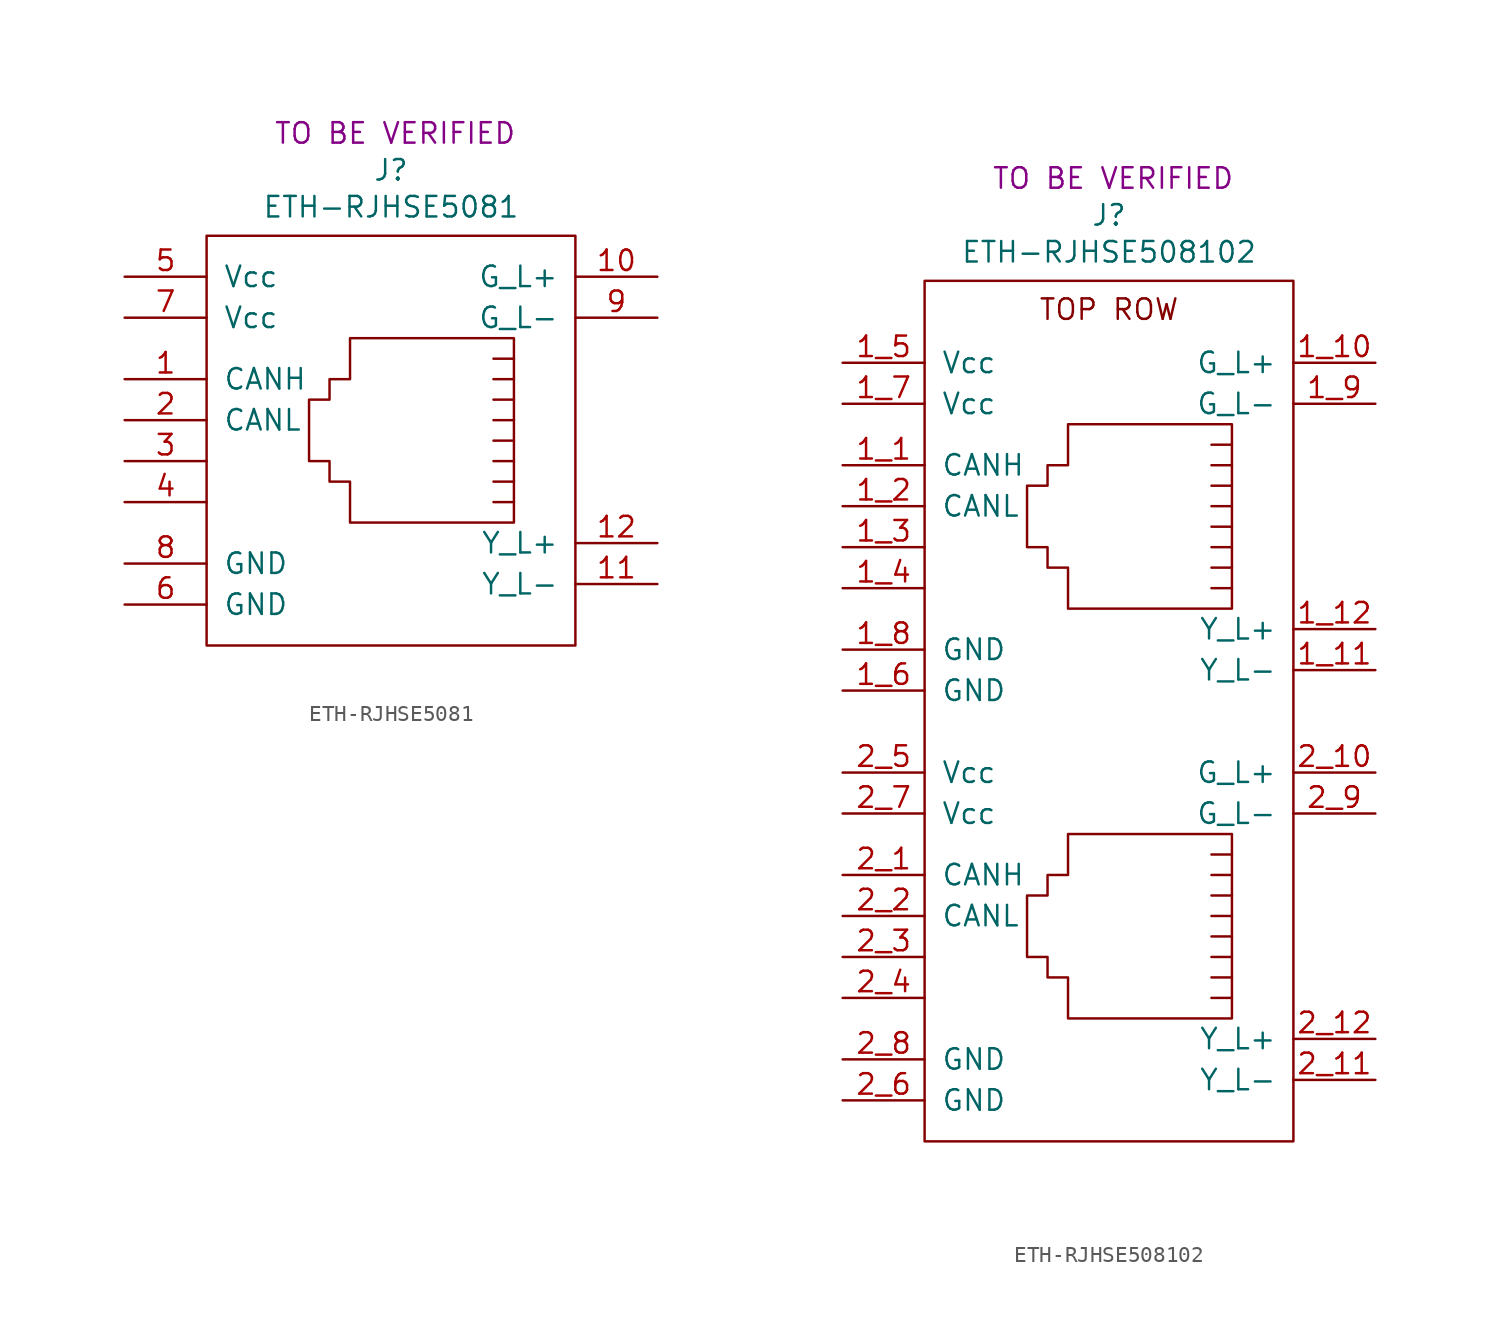
<source format=kicad_sym>
(kicad_symbol_lib
  (version 20231120)
  (generator "kicad_symbol_editor")
  (generator_version "8.0")
  (symbol "ETH-RJHSE5081"
    (pin_names
      (offset 1.016))
    (property "Reference" "J"
      (at 0 9.144 0)
      (effects (font (size 1.27 1.27))))
    (property "Value" "ETH-RJHSE5081"
      (at 0 6.858 0)
      (effects (font (size 1.27 1.27))))
    (property "STATUS" "TO BE VERIFIED"
      (at 0.254 11.43 0)
      (effects (font (size 1.27 1.27))))
    (symbol "ETH-RJHSE5081_0_1"
      (polyline (pts (xy 6.35 -3.81) (xy 7.62 -3.81)) (stroke (width 0) (type default)) (fill (type none)))
      (polyline (pts (xy 6.35 -2.54) (xy 7.62 -2.54)) (stroke (width 0) (type default)) (fill (type none)))
      (polyline (pts (xy 6.35 -5.08) (xy 7.62 -5.08) (xy 7.62 -5.08)) (stroke (width 0) (type default)) (fill (type none)))
      (polyline (pts (xy 7.62 -11.43) (xy 6.35 -11.43) (xy 6.35 -11.43)) (stroke (width 0) (type default)) (fill (type none)))
      (polyline (pts (xy 7.62 -10.16) (xy 6.35 -10.16) (xy 6.35 -10.16)) (stroke (width 0) (type default)) (fill (type none)))
      (polyline (pts (xy 7.62 -8.89) (xy 6.35 -8.89) (xy 6.35 -8.89)) (stroke (width 0) (type default)) (fill (type none)))
      (polyline (pts (xy 7.62 -7.62) (xy 6.35 -7.62) (xy 6.35 -7.62)) (stroke (width 0) (type default)) (fill (type none)))
      (polyline (pts (xy 7.62 -6.35) (xy 6.35 -6.35) (xy 6.35 -6.35)) (stroke (width 0) (type default)) (fill (type none)))
      (polyline (pts (xy 7.62 -12.7) (xy 7.62 -1.27) (xy -2.54 -1.27) (xy -2.54 -3.81) (xy -3.81 -3.81) (xy -3.81 -5.08) (xy -5.08 -5.08) (xy -5.08 -8.89) (xy -3.81 -8.89) (xy -3.81 -10.16) (xy -2.54 -10.16) (xy -2.54 -12.7) (xy 7.62 -12.7) (xy 7.62 -12.7)) (stroke (width 0) (type default)) (fill (type none))))
    (symbol "ETH-RJHSE5081_1_1"
      (rectangle (start -11.43 5.08) (end 11.43 -20.32) (stroke (width 0) (type default)) (fill (type none)))
      (pin passive line (at -16.51 -3.81 0) (length 5.08) (name "CANH" (effects (font (size 1.27 1.27)))) (number "1" (effects (font (size 1.27 1.27)))))
      (pin passive line (at 16.51 2.54 180) (length 5.08) (name "G_L+" (effects (font (size 1.27 1.27)))) (number "10" (effects (font (size 1.27 1.27)))))
      (pin passive line (at 16.51 -16.51 180) (length 5.08) (name "Y_L-" (effects (font (size 1.27 1.27)))) (number "11" (effects (font (size 1.27 1.27)))))
      (pin passive line (at 16.51 -13.97 180) (length 5.08) (name "Y_L+" (effects (font (size 1.27 1.27)))) (number "12" (effects (font (size 1.27 1.27)))))
      (pin passive line (at -16.51 -6.35 0) (length 5.08) (name "CANL" (effects (font (size 1.27 1.27)))) (number "2" (effects (font (size 1.27 1.27)))))
      (pin passive line (at -16.51 -8.89 0) (length 5.08) (name "~" (effects (font (size 1.27 1.27)))) (number "3" (effects (font (size 1.27 1.27)))))
      (pin passive line (at -16.51 -11.43 0) (length 5.08) (name "~" (effects (font (size 1.27 1.27)))) (number "4" (effects (font (size 1.27 1.27)))))
      (pin passive line (at -16.51 2.54 0) (length 5.08) (name "Vcc" (effects (font (size 1.27 1.27)))) (number "5" (effects (font (size 1.27 1.27)))))
      (pin passive line (at -16.51 -17.78 0) (length 5.08) (name "GND" (effects (font (size 1.27 1.27)))) (number "6" (effects (font (size 1.27 1.27)))))
      (pin passive line (at -16.51 0 0) (length 5.08) (name "Vcc" (effects (font (size 1.27 1.27)))) (number "7" (effects (font (size 1.27 1.27)))))
      (pin passive line (at -16.51 -15.24 0) (length 5.08) (name "GND" (effects (font (size 1.27 1.27)))) (number "8" (effects (font (size 1.27 1.27)))))
      (pin passive line (at 16.51 0 180) (length 5.08) (name "G_L-" (effects (font (size 1.27 1.27)))) (number "9" (effects (font (size 1.27 1.27)))))))
  (symbol "ETH-RJHSE508102"
    (pin_names
      (offset 1.016))
    (property "Reference" "J"
      (at 0 11.684 0)
      (effects (font (size 1.27 1.27))))
    (property "Value" "ETH-RJHSE508102"
      (at 0 9.398 0)
      (effects (font (size 1.27 1.27))))
    (property "STATUS" "TO BE VERIFIED"
      (at 0.254 13.97 0)
      (effects (font (size 1.27 1.27))))
    (symbol "ETH-RJHSE508102_0_1"
      (polyline (pts (xy 6.35 -29.21) (xy 7.62 -29.21)) (stroke (width 0) (type default)) (fill (type none)))
      (polyline (pts (xy 6.35 -27.94) (xy 7.62 -27.94)) (stroke (width 0) (type default)) (fill (type none)))
      (polyline (pts (xy 6.35 -3.81) (xy 7.62 -3.81)) (stroke (width 0) (type default)) (fill (type none)))
      (polyline (pts (xy 6.35 -2.54) (xy 7.62 -2.54)) (stroke (width 0) (type default)) (fill (type none)))
      (polyline (pts (xy 6.35 -30.48) (xy 7.62 -30.48) (xy 7.62 -30.48)) (stroke (width 0) (type default)) (fill (type none)))
      (polyline (pts (xy 6.35 -5.08) (xy 7.62 -5.08) (xy 7.62 -5.08)) (stroke (width 0) (type default)) (fill (type none)))
      (polyline (pts (xy 7.62 -36.83) (xy 6.35 -36.83) (xy 6.35 -36.83)) (stroke (width 0) (type default)) (fill (type none)))
      (polyline (pts (xy 7.62 -35.56) (xy 6.35 -35.56) (xy 6.35 -35.56)) (stroke (width 0) (type default)) (fill (type none)))
      (polyline (pts (xy 7.62 -34.29) (xy 6.35 -34.29) (xy 6.35 -34.29)) (stroke (width 0) (type default)) (fill (type none)))
      (polyline (pts (xy 7.62 -33.02) (xy 6.35 -33.02) (xy 6.35 -33.02)) (stroke (width 0) (type default)) (fill (type none)))
      (polyline (pts (xy 7.62 -31.75) (xy 6.35 -31.75) (xy 6.35 -31.75)) (stroke (width 0) (type default)) (fill (type none)))
      (polyline (pts (xy 7.62 -11.43) (xy 6.35 -11.43) (xy 6.35 -11.43)) (stroke (width 0) (type default)) (fill (type none)))
      (polyline (pts (xy 7.62 -10.16) (xy 6.35 -10.16) (xy 6.35 -10.16)) (stroke (width 0) (type default)) (fill (type none)))
      (polyline (pts (xy 7.62 -8.89) (xy 6.35 -8.89) (xy 6.35 -8.89)) (stroke (width 0) (type default)) (fill (type none)))
      (polyline (pts (xy 7.62 -7.62) (xy 6.35 -7.62) (xy 6.35 -7.62)) (stroke (width 0) (type default)) (fill (type none)))
      (polyline (pts (xy 7.62 -6.35) (xy 6.35 -6.35) (xy 6.35 -6.35)) (stroke (width 0) (type default)) (fill (type none)))
      (polyline (pts (xy 7.62 -38.1) (xy 7.62 -26.67) (xy -2.54 -26.67) (xy -2.54 -29.21) (xy -3.81 -29.21) (xy -3.81 -30.48) (xy -5.08 -30.48) (xy -5.08 -34.29) (xy -3.81 -34.29) (xy -3.81 -35.56) (xy -2.54 -35.56) (xy -2.54 -38.1) (xy 7.62 -38.1) (xy 7.62 -38.1)) (stroke (width 0) (type default)) (fill (type none)))
      (polyline (pts (xy 7.62 -12.7) (xy 7.62 -1.27) (xy -2.54 -1.27) (xy -2.54 -3.81) (xy -3.81 -3.81) (xy -3.81 -5.08) (xy -5.08 -5.08) (xy -5.08 -8.89) (xy -3.81 -8.89) (xy -3.81 -10.16) (xy -2.54 -10.16) (xy -2.54 -12.7) (xy 7.62 -12.7) (xy 7.62 -12.7)) (stroke (width 0) (type default)) (fill (type none))))
    (symbol "ETH-RJHSE508102_1_1"
      (rectangle (start -11.43 7.62) (end 11.43 -45.72) (stroke (width 0) (type default)) (fill (type none)))
      (text "TOP ROW" (at 0 5.842 0) (effects (font (size 1.27 1.27))))
      (pin passive line (at -16.51 -3.81 0) (length 5.08) (name "CANH" (effects (font (size 1.27 1.27)))) (number "1_1" (effects (font (size 1.27 1.27)))))
      (pin passive line (at 16.51 2.54 180) (length 5.08) (name "G_L+" (effects (font (size 1.27 1.27)))) (number "1_10" (effects (font (size 1.27 1.27)))))
      (pin passive line (at 16.51 -16.51 180) (length 5.08) (name "Y_L-" (effects (font (size 1.27 1.27)))) (number "1_11" (effects (font (size 1.27 1.27)))))
      (pin passive line (at 16.51 -13.97 180) (length 5.08) (name "Y_L+" (effects (font (size 1.27 1.27)))) (number "1_12" (effects (font (size 1.27 1.27)))))
      (pin passive line (at -16.51 -6.35 0) (length 5.08) (name "CANL" (effects (font (size 1.27 1.27)))) (number "1_2" (effects (font (size 1.27 1.27)))))
      (pin passive line (at -16.51 -8.89 0) (length 5.08) (name "~" (effects (font (size 1.27 1.27)))) (number "1_3" (effects (font (size 1.27 1.27)))))
      (pin passive line (at -16.51 -11.43 0) (length 5.08) (name "~" (effects (font (size 1.27 1.27)))) (number "1_4" (effects (font (size 1.27 1.27)))))
      (pin passive line (at -16.51 2.54 0) (length 5.08) (name "Vcc" (effects (font (size 1.27 1.27)))) (number "1_5" (effects (font (size 1.27 1.27)))))
      (pin passive line (at -16.51 -17.78 0) (length 5.08) (name "GND" (effects (font (size 1.27 1.27)))) (number "1_6" (effects (font (size 1.27 1.27)))))
      (pin passive line (at -16.51 0 0) (length 5.08) (name "Vcc" (effects (font (size 1.27 1.27)))) (number "1_7" (effects (font (size 1.27 1.27)))))
      (pin passive line (at -16.51 -15.24 0) (length 5.08) (name "GND" (effects (font (size 1.27 1.27)))) (number "1_8" (effects (font (size 1.27 1.27)))))
      (pin passive line (at 16.51 0 180) (length 5.08) (name "G_L-" (effects (font (size 1.27 1.27)))) (number "1_9" (effects (font (size 1.27 1.27)))))
      (pin passive line (at -16.51 -29.21 0) (length 5.08) (name "CANH" (effects (font (size 1.27 1.27)))) (number "2_1" (effects (font (size 1.27 1.27)))))
      (pin passive line (at 16.51 -22.86 180) (length 5.08) (name "G_L+" (effects (font (size 1.27 1.27)))) (number "2_10" (effects (font (size 1.27 1.27)))))
      (pin passive line (at 16.51 -41.91 180) (length 5.08) (name "Y_L-" (effects (font (size 1.27 1.27)))) (number "2_11" (effects (font (size 1.27 1.27)))))
      (pin passive line (at 16.51 -39.37 180) (length 5.08) (name "Y_L+" (effects (font (size 1.27 1.27)))) (number "2_12" (effects (font (size 1.27 1.27)))))
      (pin passive line (at -16.51 -31.75 0) (length 5.08) (name "CANL" (effects (font (size 1.27 1.27)))) (number "2_2" (effects (font (size 1.27 1.27)))))
      (pin passive line (at -16.51 -34.29 0) (length 5.08) (name "~" (effects (font (size 1.27 1.27)))) (number "2_3" (effects (font (size 1.27 1.27)))))
      (pin passive line (at -16.51 -36.83 0) (length 5.08) (name "~" (effects (font (size 1.27 1.27)))) (number "2_4" (effects (font (size 1.27 1.27)))))
      (pin passive line (at -16.51 -22.86 0) (length 5.08) (name "Vcc" (effects (font (size 1.27 1.27)))) (number "2_5" (effects (font (size 1.27 1.27)))))
      (pin passive line (at -16.51 -43.18 0) (length 5.08) (name "GND" (effects (font (size 1.27 1.27)))) (number "2_6" (effects (font (size 1.27 1.27)))))
      (pin passive line (at -16.51 -25.4 0) (length 5.08) (name "Vcc" (effects (font (size 1.27 1.27)))) (number "2_7" (effects (font (size 1.27 1.27)))))
      (pin passive line (at -16.51 -40.64 0) (length 5.08) (name "GND" (effects (font (size 1.27 1.27)))) (number "2_8" (effects (font (size 1.27 1.27)))))
      (pin passive line (at 16.51 -25.4 180) (length 5.08) (name "G_L-" (effects (font (size 1.27 1.27)))) (number "2_9" (effects (font (size 1.27 1.27))))))))
</source>
